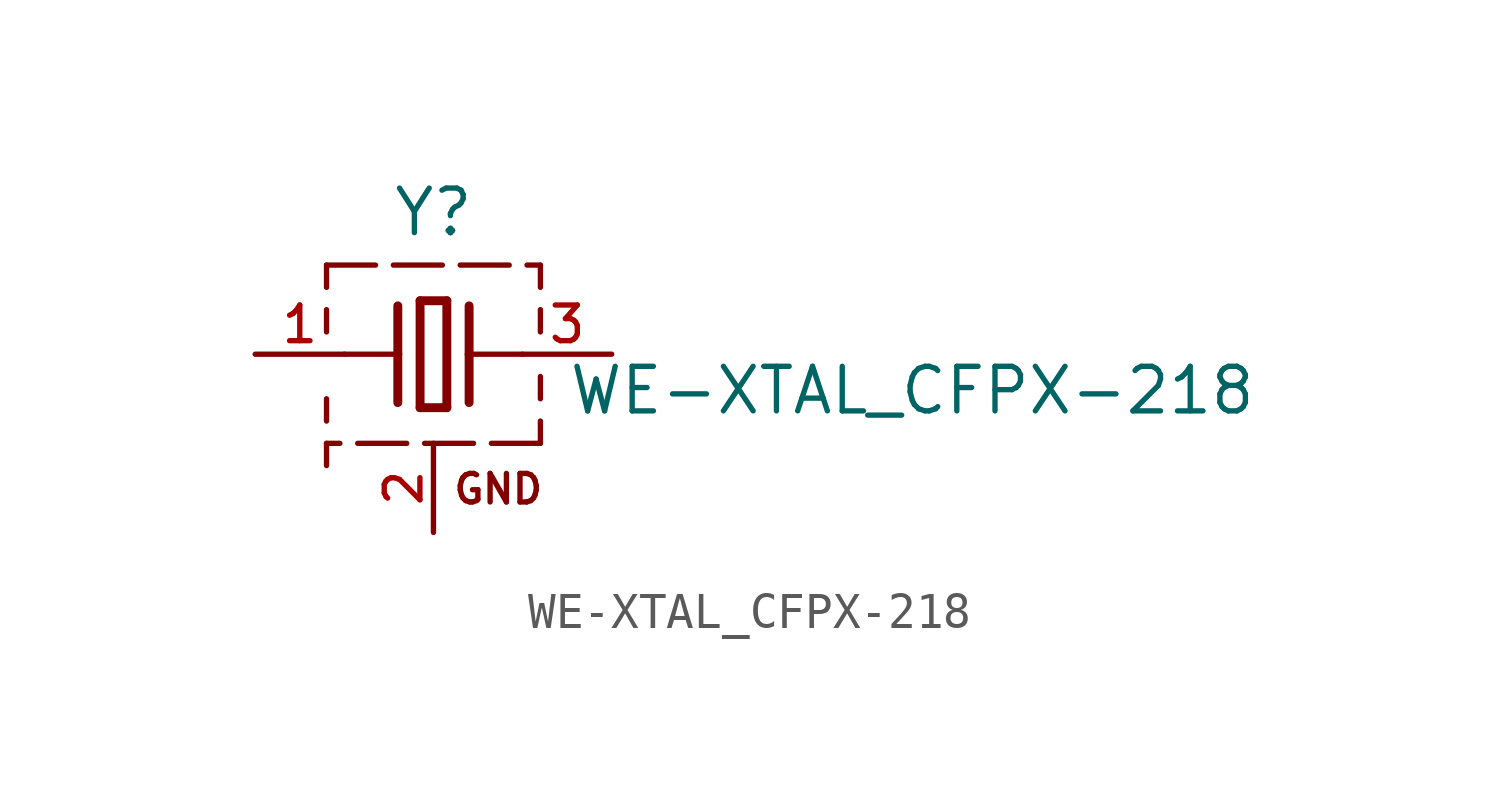
<source format=kicad_sym>
(kicad_symbol_lib
  (version 20211014)
  (generator kicad_symbol_editor)
  (symbol "WE-XTAL_CFPX-218"
    (pin_names
      (offset 1.016))
    (property "Reference" "Y"
      (at 0.0 3.302 0)
      (effects (font (size 1.27 1.27)) (justify bottom)))
    (property "Value" "WE-XTAL_CFPX-218"
      (at 3.81 -1.778 0)
      (effects (font (size 1.27 1.27)) (justify bottom left)))
    (symbol "WE-XTAL_CFPX-218_0_0"
      (polyline (pts (xy 1.016 0.0) (xy 2.54 0.0)) (stroke (width 0.152)))
      (polyline (pts (xy -2.54 0.0) (xy -1.016 0.0)) (stroke (width 0.152)))
      (polyline (pts (xy -0.381 1.524) (xy -0.381 -1.524)) (stroke (width 0.254)))
      (polyline (pts (xy -0.381 -1.524) (xy 0.381 -1.524)) (stroke (width 0.254)))
      (polyline (pts (xy 0.381 -1.524) (xy 0.381 1.524)) (stroke (width 0.254)))
      (polyline (pts (xy 0.381 1.524) (xy -0.381 1.524)) (stroke (width 0.254)))
      (polyline (pts (xy 1.016 1.378) (xy 1.016 0.0)) (stroke (width 0.254)))
      (polyline (pts (xy 1.016 0.0) (xy 1.016 -1.378)) (stroke (width 0.254)))
      (polyline (pts (xy -1.016 1.378) (xy -1.016 0.0)) (stroke (width 0.254)))
      (polyline (pts (xy -1.016 0.0) (xy -1.016 -1.378)) (stroke (width 0.254)))
      (text "GND" (at 0.508 -4.318 0) (effects (font (size 0.813 0.813)) (justify bottom left)))
      (polyline (pts (xy -3.048 2.54) (xy -1.651 2.54)) (stroke (width 0.152)))
      (polyline (pts (xy -1.143 2.54) (xy 0.254 2.54)) (stroke (width 0.152)))
      (polyline (pts (xy 0.762 2.54) (xy 2.159 2.54)) (stroke (width 0.152)))
      (polyline (pts (xy 2.667 2.54) (xy 3.048 2.54)) (stroke (width 0.152)))
      (polyline (pts (xy 3.048 -2.54) (xy 1.651 -2.54)) (stroke (width 0.152)))
      (polyline (pts (xy 1.143 -2.54) (xy -0.254 -2.54)) (stroke (width 0.152)))
      (polyline (pts (xy -0.762 -2.54) (xy -2.159 -2.54)) (stroke (width 0.152)))
      (polyline (pts (xy -2.667 -2.54) (xy -3.048 -2.54)) (stroke (width 0.152)))
      (polyline (pts (xy -3.048 2.54) (xy -3.048 1.905)) (stroke (width 0.152)))
      (polyline (pts (xy -3.048 0.635) (xy -3.048 1.27)) (stroke (width 0.152)))
      (polyline (pts (xy 3.048 2.54) (xy 3.048 1.905)) (stroke (width 0.152)))
      (polyline (pts (xy 3.048 0.635) (xy 3.048 1.27)) (stroke (width 0.152)))
      (polyline (pts (xy 3.048 -2.54) (xy 3.048 -1.905)) (stroke (width 0.152)))
      (polyline (pts (xy 3.048 -0.635) (xy 3.048 -1.27)) (stroke (width 0.152)))
      (polyline (pts (xy -3.048 -1.27) (xy -3.048 -1.905)) (stroke (width 0.152)))
      (polyline (pts (xy -3.048 -3.175) (xy -3.048 -2.54)) (stroke (width 0.152)))
      (pin passive line (at 5.08 0.0 180.0) (length 2.54) (name "~" (effects (font (size 1.016 1.016)))) (number "3" (effects (font (size 1.016 1.016)))))
      (pin passive line (at -5.08 0.0 0) (length 2.54) (name "~" (effects (font (size 1.016 1.016)))) (number "1" (effects (font (size 1.016 1.016)))))
      (pin passive line (at 0.0 -5.08 90.0) (length 2.54) (name "~" (effects (font (size 1.016 1.016)))) (number "2" (effects (font (size 1.016 1.016))))))))
</source>
